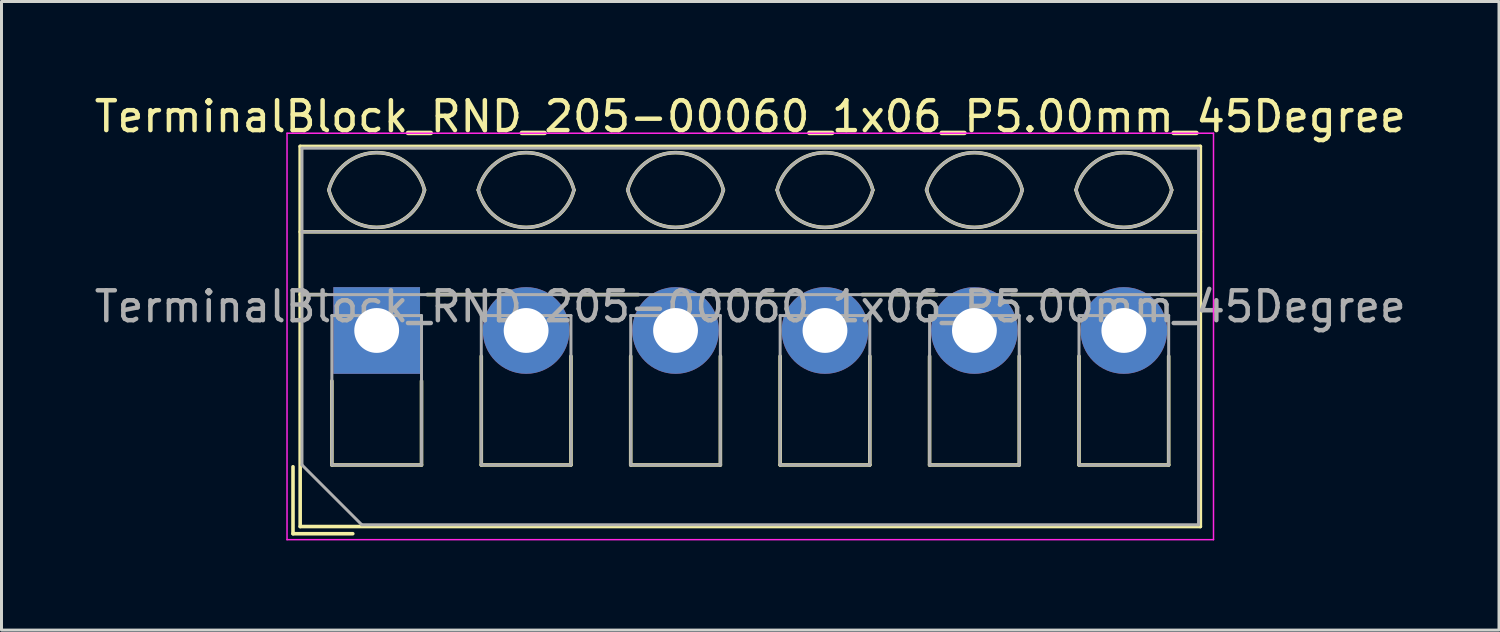
<source format=kicad_pcb>
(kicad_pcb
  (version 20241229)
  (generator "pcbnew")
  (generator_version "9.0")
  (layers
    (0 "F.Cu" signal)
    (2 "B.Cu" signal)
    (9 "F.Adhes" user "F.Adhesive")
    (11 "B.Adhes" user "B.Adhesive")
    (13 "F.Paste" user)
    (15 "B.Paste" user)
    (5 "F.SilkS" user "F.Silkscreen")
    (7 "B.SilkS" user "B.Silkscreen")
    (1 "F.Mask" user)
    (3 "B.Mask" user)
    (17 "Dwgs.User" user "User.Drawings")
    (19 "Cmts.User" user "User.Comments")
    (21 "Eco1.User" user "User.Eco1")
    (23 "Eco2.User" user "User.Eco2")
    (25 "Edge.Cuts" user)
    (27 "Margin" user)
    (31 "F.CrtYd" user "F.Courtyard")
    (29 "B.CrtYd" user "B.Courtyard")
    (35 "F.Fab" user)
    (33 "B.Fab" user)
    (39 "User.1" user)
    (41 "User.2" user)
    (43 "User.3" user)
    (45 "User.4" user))
  (footprint "TerminalBlock_RND_205-00060_1x06_P5.00mm_45Degree"
    (layer "F.Cu")
    (at 9.554 8.008)
    (property "Reference" "TerminalBlock_RND_205-00060_1x06_P5.00mm_45Degree" (at 12.5 -7.16 0) (layer "F.SilkS") (effects (font (size 1 1) (thickness 0.15))))
    (attr through_hole)
    (fp_line (start -2.8 4.56) (end -2.8 6.8) (stroke (width 0.12) (type solid)) (layer "F.SilkS"))
    (fp_line (start -2.8 6.8) (end -0.8 6.8) (stroke (width 0.12) (type solid)) (layer "F.SilkS"))
    (fp_line (start -2.56 -6.16) (end -2.56 6.56) (stroke (width 0.12) (type solid)) (layer "F.SilkS"))
    (fp_line (start -2.56 -6.16) (end 27.56 -6.16) (stroke (width 0.12) (type solid)) (layer "F.SilkS"))
    (fp_line (start -2.56 -3.301) (end 27.56 -3.301) (stroke (width 0.12) (type solid)) (layer "F.SilkS"))
    (fp_line (start -2.56 -1.201) (end -1.69 -1.201) (stroke (width 0.12) (type solid)) (layer "F.SilkS"))
    (fp_line (start -2.56 6.56) (end 27.56 6.56) (stroke (width 0.12) (type solid)) (layer "F.SilkS"))
    (fp_line (start -1.5 1.69) (end -1.5 4.5) (stroke (width 0.12) (type solid)) (layer "F.SilkS"))
    (fp_line (start -1.5 4.5) (end 1.5 4.5) (stroke (width 0.12) (type solid)) (layer "F.SilkS"))
    (fp_line (start 1.5 1.69) (end 1.5 4.5) (stroke (width 0.12) (type solid)) (layer "F.SilkS"))
    (fp_line (start 1.69 -1.201) (end 3.758 -1.201) (stroke (width 0.12) (type solid)) (layer "F.SilkS"))
    (fp_line (start 3.5 0.86) (end 3.5 4.5) (stroke (width 0.12) (type solid)) (layer "F.SilkS"))
    (fp_line (start 3.5 4.5) (end 6.5 4.5) (stroke (width 0.12) (type solid)) (layer "F.SilkS"))
    (fp_line (start 6.243 -1.201) (end 8.758 -1.201) (stroke (width 0.12) (type solid)) (layer "F.SilkS"))
    (fp_line (start 6.5 0.86) (end 6.5 4.5) (stroke (width 0.12) (type solid)) (layer "F.SilkS"))
    (fp_line (start 8.5 0.86) (end 8.5 4.5) (stroke (width 0.12) (type solid)) (layer "F.SilkS"))
    (fp_line (start 8.5 4.5) (end 11.5 4.5) (stroke (width 0.12) (type solid)) (layer "F.SilkS"))
    (fp_line (start 11.243 -1.201) (end 13.758 -1.201) (stroke (width 0.12) (type solid)) (layer "F.SilkS"))
    (fp_line (start 11.5 0.86) (end 11.5 4.5) (stroke (width 0.12) (type solid)) (layer "F.SilkS"))
    (fp_line (start 13.5 0.86) (end 13.5 4.5) (stroke (width 0.12) (type solid)) (layer "F.SilkS"))
    (fp_line (start 13.5 4.5) (end 16.5 4.5) (stroke (width 0.12) (type solid)) (layer "F.SilkS"))
    (fp_line (start 16.243 -1.201) (end 18.758 -1.201) (stroke (width 0.12) (type solid)) (layer "F.SilkS"))
    (fp_line (start 16.5 0.86) (end 16.5 4.5) (stroke (width 0.12) (type solid)) (layer "F.SilkS"))
    (fp_line (start 18.5 0.86) (end 18.5 4.5) (stroke (width 0.12) (type solid)) (layer "F.SilkS"))
    (fp_line (start 18.5 4.5) (end 21.5 4.5) (stroke (width 0.12) (type solid)) (layer "F.SilkS"))
    (fp_line (start 21.243 -1.201) (end 23.758 -1.201) (stroke (width 0.12) (type solid)) (layer "F.SilkS"))
    (fp_line (start 21.5 0.86) (end 21.5 4.5) (stroke (width 0.12) (type solid)) (layer "F.SilkS"))
    (fp_line (start 23.5 0.86) (end 23.5 4.5) (stroke (width 0.12) (type solid)) (layer "F.SilkS"))
    (fp_line (start 23.5 4.5) (end 26.5 4.5) (stroke (width 0.12) (type solid)) (layer "F.SilkS"))
    (fp_line (start 26.243 -1.201) (end 27.56 -1.201) (stroke (width 0.12) (type solid)) (layer "F.SilkS"))
    (fp_line (start 26.5 0.86) (end 26.5 4.5) (stroke (width 0.12) (type solid)) (layer "F.SilkS"))
    (fp_line (start 27.56 -6.16) (end 27.56 6.56) (stroke (width 0.12) (type solid)) (layer "F.SilkS"))
    (fp_arc (start -1.600914 -4.700344) (mid 0.000177 -5.95097) (end 1.601 -4.7) (stroke (width 0.12) (type solid)) (layer "F.SilkS"))
    (fp_arc (start 1.6 -4.7) (mid -0.000064 -3.45) (end -1.600031 -4.700125) (stroke (width 0.12) (type solid)) (layer "F.SilkS"))
    (fp_arc (start 3.399086 -4.700344) (mid 5.000177 -5.95097) (end 6.601 -4.7) (stroke (width 0.12) (type solid)) (layer "F.SilkS"))
    (fp_arc (start 6.6 -4.7) (mid 4.999936 -3.45) (end 3.399969 -4.700125) (stroke (width 0.12) (type solid)) (layer "F.SilkS"))
    (fp_arc (start 8.399086 -4.700344) (mid 10.000177 -5.95097) (end 11.601 -4.7) (stroke (width 0.12) (type solid)) (layer "F.SilkS"))
    (fp_arc (start 11.6 -4.7) (mid 9.999936 -3.45) (end 8.399969 -4.700125) (stroke (width 0.12) (type solid)) (layer "F.SilkS"))
    (fp_arc (start 13.399086 -4.700344) (mid 15.000177 -5.95097) (end 16.601 -4.7) (stroke (width 0.12) (type solid)) (layer "F.SilkS"))
    (fp_arc (start 16.6 -4.7) (mid 14.999936 -3.45) (end 13.399969 -4.700125) (stroke (width 0.12) (type solid)) (layer "F.SilkS"))
    (fp_arc (start 18.399086 -4.700344) (mid 20.000177 -5.95097) (end 21.601 -4.7) (stroke (width 0.12) (type solid)) (layer "F.SilkS"))
    (fp_arc (start 21.6 -4.7) (mid 19.999936 -3.45) (end 18.399969 -4.700125) (stroke (width 0.12) (type solid)) (layer "F.SilkS"))
    (fp_arc (start 23.399086 -4.700344) (mid 25.000177 -5.95097) (end 26.601 -4.7) (stroke (width 0.12) (type solid)) (layer "F.SilkS"))
    (fp_arc (start 26.6 -4.7) (mid 24.999936 -3.45) (end 23.399969 -4.700125) (stroke (width 0.12) (type solid)) (layer "F.SilkS"))
    (fp_line (start -3 -6.6) (end -3 7) (stroke (width 0.05) (type solid)) (layer "F.CrtYd"))
    (fp_line (start -3 7) (end 28 7) (stroke (width 0.05) (type solid)) (layer "F.CrtYd"))
    (fp_line (start 28 -6.6) (end -3 -6.6) (stroke (width 0.05) (type solid)) (layer "F.CrtYd"))
    (fp_line (start 28 7) (end 28 -6.6) (stroke (width 0.05) (type solid)) (layer "F.CrtYd"))
    (fp_line (start -2.5 -6.1) (end 27.5 -6.1) (stroke (width 0.1) (type solid)) (layer "F.Fab"))
    (fp_line (start -2.5 -3.3) (end 27.5 -3.3) (stroke (width 0.1) (type solid)) (layer "F.Fab"))
    (fp_line (start -2.5 -1.2) (end 27.5 -1.2) (stroke (width 0.1) (type solid)) (layer "F.Fab"))
    (fp_line (start -2.5 4.5) (end -2.5 -6.1) (stroke (width 0.1) (type solid)) (layer "F.Fab"))
    (fp_line (start -1.5 -0.5) (end -1.5 4.5) (stroke (width 0.1) (type solid)) (layer "F.Fab"))
    (fp_line (start -1.5 4.5) (end 1.5 4.5) (stroke (width 0.1) (type solid)) (layer "F.Fab"))
    (fp_line (start -0.5 6.5) (end -2.5 4.5) (stroke (width 0.1) (type solid)) (layer "F.Fab"))
    (fp_line (start 1.5 -0.5) (end -1.5 -0.5) (stroke (width 0.1) (type solid)) (layer "F.Fab"))
    (fp_line (start 1.5 4.5) (end 1.5 -0.5) (stroke (width 0.1) (type solid)) (layer "F.Fab"))
    (fp_line (start 3.5 -0.5) (end 3.5 4.5) (stroke (width 0.1) (type solid)) (layer "F.Fab"))
    (fp_line (start 3.5 4.5) (end 6.5 4.5) (stroke (width 0.1) (type solid)) (layer "F.Fab"))
    (fp_line (start 6.5 -0.5) (end 3.5 -0.5) (stroke (width 0.1) (type solid)) (layer "F.Fab"))
    (fp_line (start 6.5 4.5) (end 6.5 -0.5) (stroke (width 0.1) (type solid)) (layer "F.Fab"))
    (fp_line (start 8.5 -0.5) (end 8.5 4.5) (stroke (width 0.1) (type solid)) (layer "F.Fab"))
    (fp_line (start 8.5 4.5) (end 11.5 4.5) (stroke (width 0.1) (type solid)) (layer "F.Fab"))
    (fp_line (start 11.5 -0.5) (end 8.5 -0.5) (stroke (width 0.1) (type solid)) (layer "F.Fab"))
    (fp_line (start 11.5 4.5) (end 11.5 -0.5) (stroke (width 0.1) (type solid)) (layer "F.Fab"))
    (fp_line (start 13.5 -0.5) (end 13.5 4.5) (stroke (width 0.1) (type solid)) (layer "F.Fab"))
    (fp_line (start 13.5 4.5) (end 16.5 4.5) (stroke (width 0.1) (type solid)) (layer "F.Fab"))
    (fp_line (start 16.5 -0.5) (end 13.5 -0.5) (stroke (width 0.1) (type solid)) (layer "F.Fab"))
    (fp_line (start 16.5 4.5) (end 16.5 -0.5) (stroke (width 0.1) (type solid)) (layer "F.Fab"))
    (fp_line (start 18.5 -0.5) (end 18.5 4.5) (stroke (width 0.1) (type solid)) (layer "F.Fab"))
    (fp_line (start 18.5 4.5) (end 21.5 4.5) (stroke (width 0.1) (type solid)) (layer "F.Fab"))
    (fp_line (start 21.5 -0.5) (end 18.5 -0.5) (stroke (width 0.1) (type solid)) (layer "F.Fab"))
    (fp_line (start 21.5 4.5) (end 21.5 -0.5) (stroke (width 0.1) (type solid)) (layer "F.Fab"))
    (fp_line (start 23.5 -0.5) (end 23.5 4.5) (stroke (width 0.1) (type solid)) (layer "F.Fab"))
    (fp_line (start 23.5 4.5) (end 26.5 4.5) (stroke (width 0.1) (type solid)) (layer "F.Fab"))
    (fp_line (start 26.5 -0.5) (end 23.5 -0.5) (stroke (width 0.1) (type solid)) (layer "F.Fab"))
    (fp_line (start 26.5 4.5) (end 26.5 -0.5) (stroke (width 0.1) (type solid)) (layer "F.Fab"))
    (fp_line (start 27.5 -6.1) (end 27.5 6.5) (stroke (width 0.1) (type solid)) (layer "F.Fab"))
    (fp_line (start 27.5 6.5) (end -0.5 6.5) (stroke (width 0.1) (type solid)) (layer "F.Fab"))
    (fp_arc (start -1.600914 -4.700344) (mid 0.000177 -5.95097) (end 1.601 -4.7) (stroke (width 0.1) (type solid)) (layer "F.Fab"))
    (fp_arc (start 1.6 -4.7) (mid -0.000064 -3.45) (end -1.600031 -4.700125) (stroke (width 0.1) (type solid)) (layer "F.Fab"))
    (fp_arc (start 3.399086 -4.700344) (mid 5.000177 -5.95097) (end 6.601 -4.7) (stroke (width 0.1) (type solid)) (layer "F.Fab"))
    (fp_arc (start 6.6 -4.7) (mid 4.999936 -3.45) (end 3.399969 -4.700125) (stroke (width 0.1) (type solid)) (layer "F.Fab"))
    (fp_arc (start 8.399086 -4.700344) (mid 10.000177 -5.95097) (end 11.601 -4.7) (stroke (width 0.1) (type solid)) (layer "F.Fab"))
    (fp_arc (start 11.6 -4.7) (mid 9.999936 -3.45) (end 8.399969 -4.700125) (stroke (width 0.1) (type solid)) (layer "F.Fab"))
    (fp_arc (start 13.399086 -4.700344) (mid 15.000177 -5.95097) (end 16.601 -4.7) (stroke (width 0.1) (type solid)) (layer "F.Fab"))
    (fp_arc (start 16.6 -4.7) (mid 14.999936 -3.45) (end 13.399969 -4.700125) (stroke (width 0.1) (type solid)) (layer "F.Fab"))
    (fp_arc (start 18.399086 -4.700344) (mid 20.000177 -5.95097) (end 21.601 -4.7) (stroke (width 0.1) (type solid)) (layer "F.Fab"))
    (fp_arc (start 21.6 -4.7) (mid 19.999936 -3.45) (end 18.399969 -4.700125) (stroke (width 0.1) (type solid)) (layer "F.Fab"))
    (fp_arc (start 23.399086 -4.700344) (mid 25.000177 -5.95097) (end 26.601 -4.7) (stroke (width 0.1) (type solid)) (layer "F.Fab"))
    (fp_arc (start 26.6 -4.7) (mid 24.999936 -3.45) (end 23.399969 -4.700125) (stroke (width 0.1) (type solid)) (layer "F.Fab"))
    (fp_text user "${REFERENCE}" (at 12.5 -0.8 0) (layer "F.Fab") (effects (font (size 1 1) (thickness 0.15))))
    (pad "1" thru_hole rect (at 0 0) (size 2.9 2.9) (drill 1.5) (layers "*.Cu" "*.Mask"))
    (pad "2" thru_hole circle (at 5 0) (size 2.9 2.9) (drill 1.5) (layers "*.Cu" "*.Mask"))
    (pad "3" thru_hole circle (at 10 0) (size 2.9 2.9) (drill 1.5) (layers "*.Cu" "*.Mask"))
    (pad "4" thru_hole circle (at 15 0) (size 2.9 2.9) (drill 1.5) (layers "*.Cu" "*.Mask"))
    (pad "5" thru_hole circle (at 20 0) (size 2.9 2.9) (drill 1.5) (layers "*.Cu" "*.Mask"))
    (pad "6" thru_hole circle (at 25 0) (size 2.9 2.9) (drill 1.5) (layers "*.Cu" "*.Mask")))
  (gr_rect
    (start -3 -3)
    (end 47.107 18.033)
    (stroke (width 0.1) (type default))
    (fill no)
    (layer "Edge.Cuts")))
</source>
